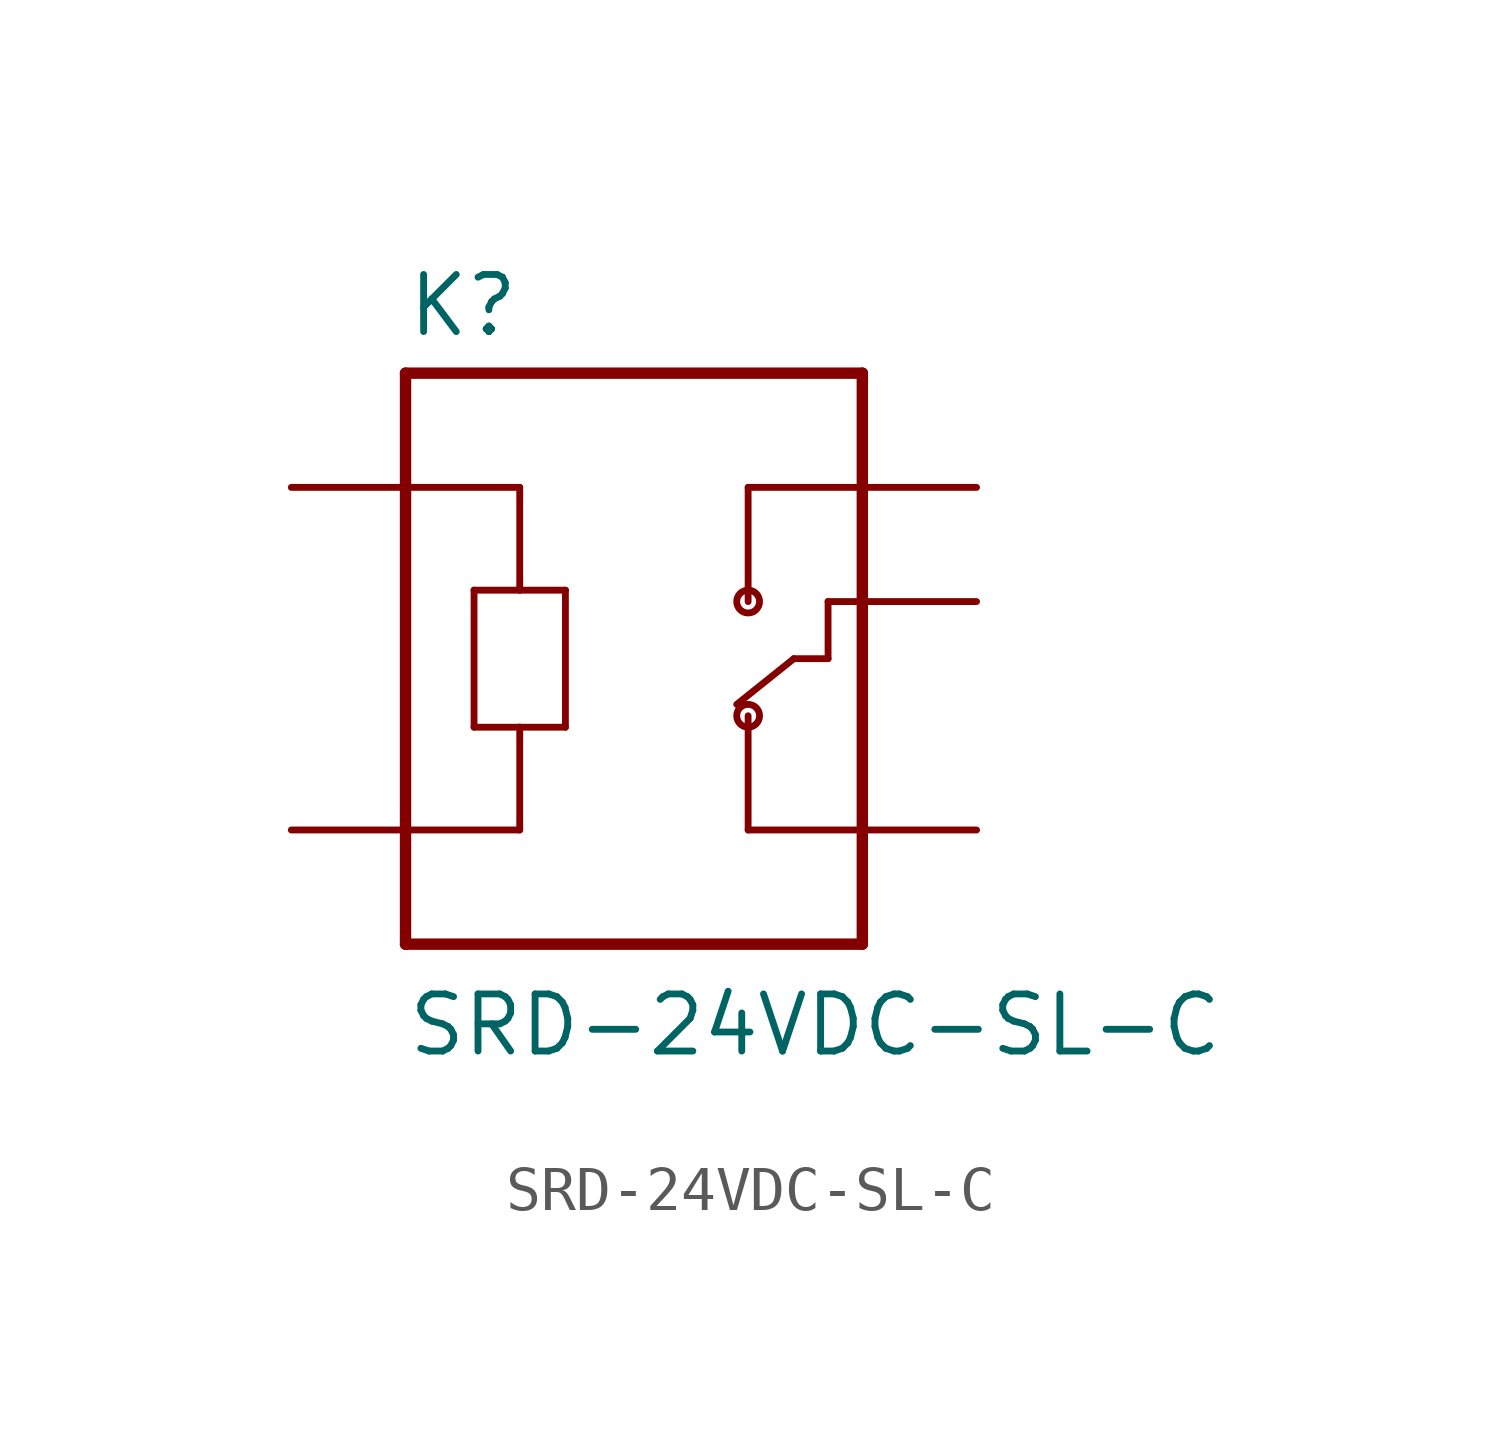
<source format=kicad_sym>
(kicad_symbol_lib
  (version 20211014)
  (generator kicad_symbol_editor)
  (symbol "SRD-24VDC-SL-C"
    (pin_numbers hide)
    (pin_names
      (offset 1.016) hide)
    (property "Reference" "K"
      (at -5.08 5.842 0)
      (effects (font (size 1.27 1.27)) (justify left bottom)))
    (property "Value" "SRD-24VDC-SL-C"
      (at -5.08 -10.16 0)
      (effects (font (size 1.27 1.27)) (justify left bottom)))
    (symbol "SRD-24VDC-SL-C_0_0"
      (polyline (pts (xy -5.08 -7.62) (xy -5.08 5.08)) (stroke (width 0.254) (type default) (color 0 0 0 0)) (fill (type none)))
      (polyline (pts (xy -5.08 2.54) (xy -2.54 2.54)) (stroke (width 0.152) (type default) (color 0 0 0 0)) (fill (type none)))
      (polyline (pts (xy -5.08 5.08) (xy 5.08 5.08)) (stroke (width 0.254) (type default) (color 0 0 0 0)) (fill (type none)))
      (polyline (pts (xy -3.556 -2.794) (xy -2.54 -2.794)) (stroke (width 0.152) (type default) (color 0 0 0 0)) (fill (type none)))
      (polyline (pts (xy -3.556 0.254) (xy -3.556 -2.794)) (stroke (width 0.152) (type default) (color 0 0 0 0)) (fill (type none)))
      (polyline (pts (xy -2.54 -5.08) (xy -5.08 -5.08)) (stroke (width 0.152) (type default) (color 0 0 0 0)) (fill (type none)))
      (polyline (pts (xy -2.54 -2.794) (xy -2.54 -5.08)) (stroke (width 0.152) (type default) (color 0 0 0 0)) (fill (type none)))
      (polyline (pts (xy -2.54 -2.794) (xy -1.524 -2.794)) (stroke (width 0.152) (type default) (color 0 0 0 0)) (fill (type none)))
      (polyline (pts (xy -2.54 0.254) (xy -3.556 0.254)) (stroke (width 0.152) (type default) (color 0 0 0 0)) (fill (type none)))
      (polyline (pts (xy -2.54 2.54) (xy -2.54 0.254)) (stroke (width 0.152) (type default) (color 0 0 0 0)) (fill (type none)))
      (polyline (pts (xy -1.524 -2.794) (xy -1.524 0.254)) (stroke (width 0.152) (type default) (color 0 0 0 0)) (fill (type none)))
      (polyline (pts (xy -1.524 0.254) (xy -2.54 0.254)) (stroke (width 0.152) (type default) (color 0 0 0 0)) (fill (type none)))
      (polyline (pts (xy 2.54 -5.08) (xy 5.08 -5.08)) (stroke (width 0.152) (type default) (color 0 0 0 0)) (fill (type none)))
      (polyline (pts (xy 2.54 -2.54) (xy 2.54 -5.08)) (stroke (width 0.152) (type default) (color 0 0 0 0)) (fill (type none)))
      (polyline (pts (xy 2.54 2.54) (xy 2.54 0)) (stroke (width 0.152) (type default) (color 0 0 0 0)) (fill (type none)))
      (polyline (pts (xy 3.556 -1.27) (xy 2.286 -2.286)) (stroke (width 0.152) (type default) (color 0 0 0 0)) (fill (type none)))
      (polyline (pts (xy 3.556 -1.27) (xy 4.318 -1.27)) (stroke (width 0.152) (type default) (color 0 0 0 0)) (fill (type none)))
      (polyline (pts (xy 4.318 -1.27) (xy 4.318 0)) (stroke (width 0.152) (type default) (color 0 0 0 0)) (fill (type none)))
      (polyline (pts (xy 4.318 0) (xy 5.08 0)) (stroke (width 0.152) (type default) (color 0 0 0 0)) (fill (type none)))
      (polyline (pts (xy 5.08 -7.62) (xy -5.08 -7.62)) (stroke (width 0.254) (type default) (color 0 0 0 0)) (fill (type none)))
      (polyline (pts (xy 5.08 0) (xy 5.08 -7.62)) (stroke (width 0.254) (type default) (color 0 0 0 0)) (fill (type none)))
      (polyline (pts (xy 5.08 2.54) (xy 2.54 2.54)) (stroke (width 0.152) (type default) (color 0 0 0 0)) (fill (type none)))
      (polyline (pts (xy 5.08 5.08) (xy 5.08 0)) (stroke (width 0.254) (type default) (color 0 0 0 0)) (fill (type none)))
      (circle (center 2.54 -2.54) (radius 0.254) (stroke (width 0.152) (type default) (color 0 0 0 0)) (fill (type none)))
      (circle (center 2.54 0) (radius 0.254) (stroke (width 0.152) (type default) (color 0 0 0 0)) (fill (type none)))
      (pin passive line (at -7.62 2.54 0) (length 2.54) (name "~" (effects (font (size 1.016 1.016)))) (number "A1" (effects (font (size 1.016 1.016)))))
      (pin passive line (at -7.62 -5.08 0) (length 2.54) (name "~" (effects (font (size 1.016 1.016)))) (number "A2" (effects (font (size 1.016 1.016)))))
      (pin passive line (at 7.62 0 180) (length 2.54) (name "~" (effects (font (size 1.016 1.016)))) (number "COM" (effects (font (size 1.016 1.016)))))
      (pin passive line (at 7.62 -5.08 180) (length 2.54) (name "~" (effects (font (size 1.016 1.016)))) (number "NC" (effects (font (size 1.016 1.016)))))
      (pin passive line (at 7.62 2.54 180) (length 2.54) (name "~" (effects (font (size 1.016 1.016)))) (number "NO" (effects (font (size 1.016 1.016))))))))
</source>
